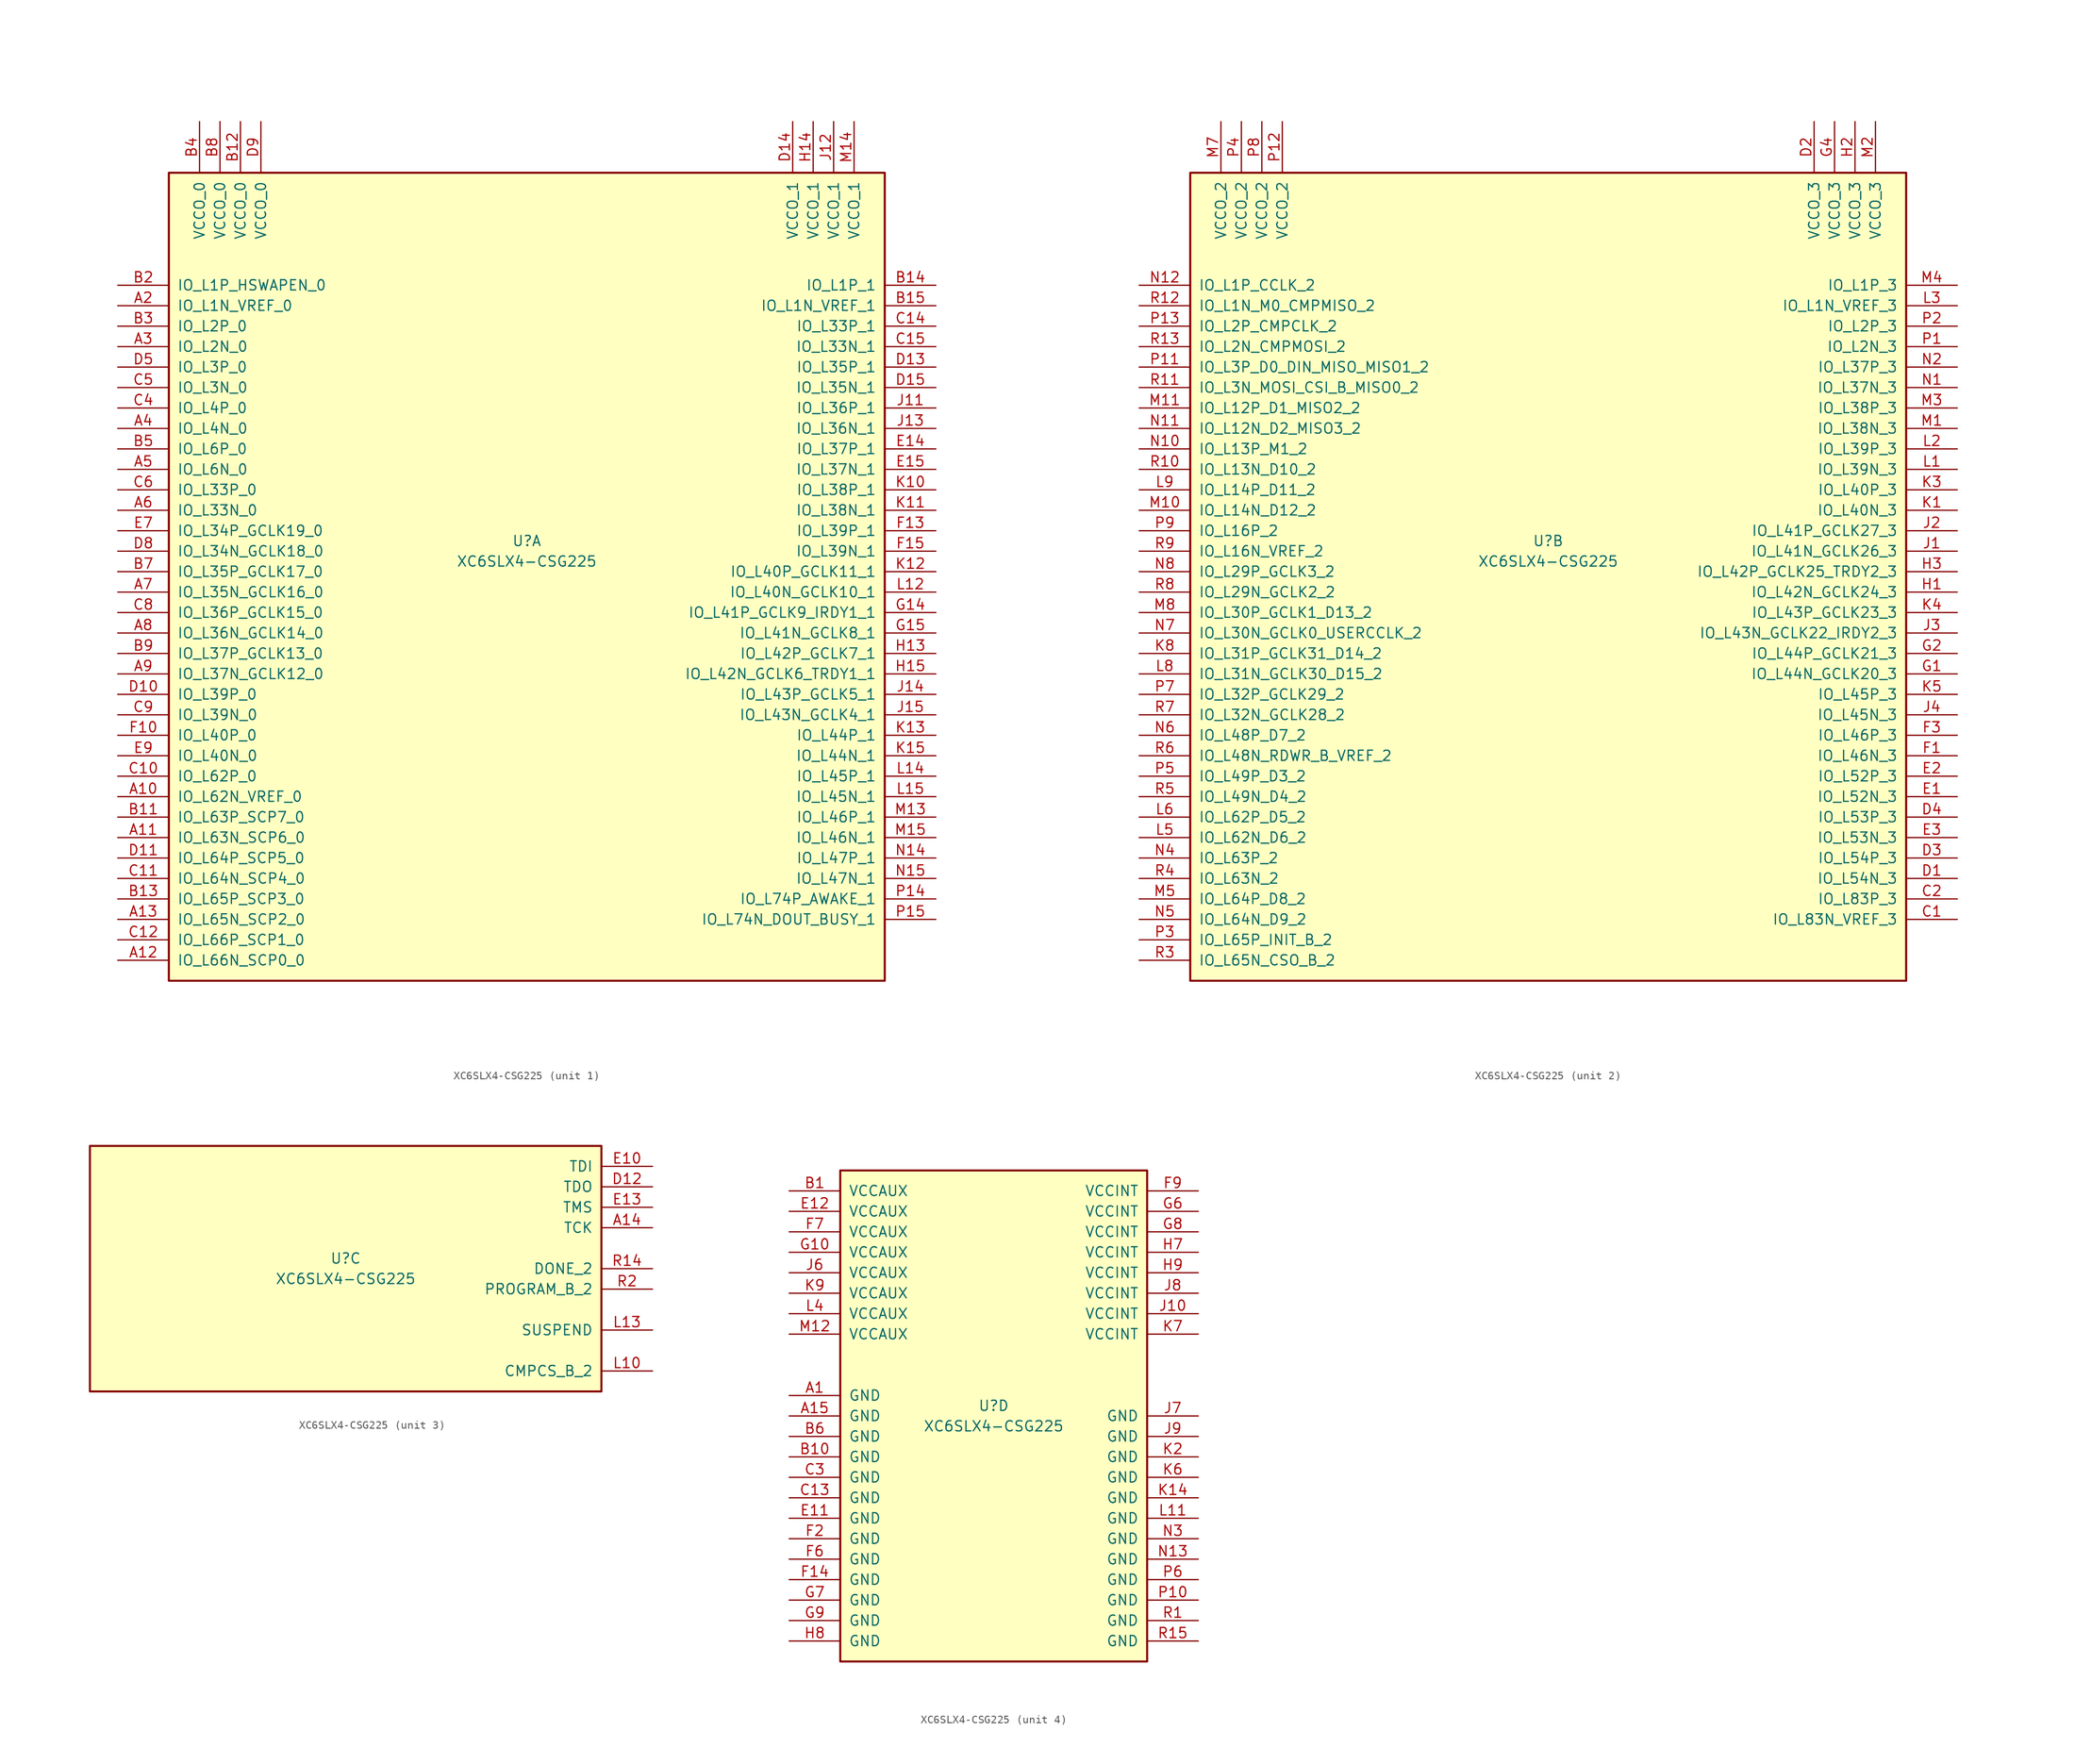
<source format=kicad_sym>
(kicad_symbol_lib
  (version 20201005)
  (generator kicad_symbol_editor)
  (symbol "XC6SLX4-CSG225"
    (pin_names
      (offset 1.016))
    (property "Reference" "U"
      (at 0 1.27 0)
      (effects (font (size 1.27 1.27))))
    (property "Value" "XC6SLX4-CSG225"
      (at 0 -1.27 0)
      (effects (font (size 1.27 1.27))))
    (property "Datasheet" ""
      (at 0 0 0)
      (effects (font (size 1.27 1.27))))
    (property "ki_locked" ""
      (at 0 0 0)
      (effects (font (size 1.27 1.27))))
    (symbol "XC6SLX4-CSG225_1_1"
      (rectangle (start -44.45 46.99) (end 44.45 -53.34) (stroke (width 0.254)) (fill (type background)))
      (pin bidirectional line (at -50.8 -30.48 0) (length 6.35) (name "IO_L62N_VREF_0" (effects (font (size 1.27 1.27)))) (number "A10" (effects (font (size 1.27 1.27)))))
      (pin bidirectional line (at -50.8 -35.56 0) (length 6.35) (name "IO_L63N_SCP6_0" (effects (font (size 1.27 1.27)))) (number "A11" (effects (font (size 1.27 1.27)))))
      (pin bidirectional line (at -50.8 -50.8 0) (length 6.35) (name "IO_L66N_SCP0_0" (effects (font (size 1.27 1.27)))) (number "A12" (effects (font (size 1.27 1.27)))))
      (pin bidirectional line (at -50.8 -45.72 0) (length 6.35) (name "IO_L65N_SCP2_0" (effects (font (size 1.27 1.27)))) (number "A13" (effects (font (size 1.27 1.27)))))
      (pin bidirectional line (at -50.8 30.48 0) (length 6.35) (name "IO_L1N_VREF_0" (effects (font (size 1.27 1.27)))) (number "A2" (effects (font (size 1.27 1.27)))))
      (pin bidirectional line (at -50.8 25.4 0) (length 6.35) (name "IO_L2N_0" (effects (font (size 1.27 1.27)))) (number "A3" (effects (font (size 1.27 1.27)))))
      (pin bidirectional line (at -50.8 15.24 0) (length 6.35) (name "IO_L4N_0" (effects (font (size 1.27 1.27)))) (number "A4" (effects (font (size 1.27 1.27)))))
      (pin bidirectional line (at -50.8 10.16 0) (length 6.35) (name "IO_L6N_0" (effects (font (size 1.27 1.27)))) (number "A5" (effects (font (size 1.27 1.27)))))
      (pin bidirectional line (at -50.8 5.08 0) (length 6.35) (name "IO_L33N_0" (effects (font (size 1.27 1.27)))) (number "A6" (effects (font (size 1.27 1.27)))))
      (pin bidirectional line (at -50.8 -5.08 0) (length 6.35) (name "IO_L35N_GCLK16_0" (effects (font (size 1.27 1.27)))) (number "A7" (effects (font (size 1.27 1.27)))))
      (pin bidirectional line (at -50.8 -10.16 0) (length 6.35) (name "IO_L36N_GCLK14_0" (effects (font (size 1.27 1.27)))) (number "A8" (effects (font (size 1.27 1.27)))))
      (pin bidirectional line (at -50.8 -15.24 0) (length 6.35) (name "IO_L37N_GCLK12_0" (effects (font (size 1.27 1.27)))) (number "A9" (effects (font (size 1.27 1.27)))))
      (pin bidirectional line (at -50.8 -33.02 0) (length 6.35) (name "IO_L63P_SCP7_0" (effects (font (size 1.27 1.27)))) (number "B11" (effects (font (size 1.27 1.27)))))
      (pin power_in line (at -35.56 53.34 270) (length 6.35) (name "VCCO_0" (effects (font (size 1.27 1.27)))) (number "B12" (effects (font (size 1.27 1.27)))))
      (pin bidirectional line (at -50.8 -43.18 0) (length 6.35) (name "IO_L65P_SCP3_0" (effects (font (size 1.27 1.27)))) (number "B13" (effects (font (size 1.27 1.27)))))
      (pin bidirectional line (at 50.8 33.02 180) (length 6.35) (name "IO_L1P_1" (effects (font (size 1.27 1.27)))) (number "B14" (effects (font (size 1.27 1.27)))))
      (pin bidirectional line (at 50.8 30.48 180) (length 6.35) (name "IO_L1N_VREF_1" (effects (font (size 1.27 1.27)))) (number "B15" (effects (font (size 1.27 1.27)))))
      (pin bidirectional line (at -50.8 33.02 0) (length 6.35) (name "IO_L1P_HSWAPEN_0" (effects (font (size 1.27 1.27)))) (number "B2" (effects (font (size 1.27 1.27)))))
      (pin bidirectional line (at -50.8 27.94 0) (length 6.35) (name "IO_L2P_0" (effects (font (size 1.27 1.27)))) (number "B3" (effects (font (size 1.27 1.27)))))
      (pin power_in line (at -40.64 53.34 270) (length 6.35) (name "VCCO_0" (effects (font (size 1.27 1.27)))) (number "B4" (effects (font (size 1.27 1.27)))))
      (pin bidirectional line (at -50.8 12.7 0) (length 6.35) (name "IO_L6P_0" (effects (font (size 1.27 1.27)))) (number "B5" (effects (font (size 1.27 1.27)))))
      (pin bidirectional line (at -50.8 -2.54 0) (length 6.35) (name "IO_L35P_GCLK17_0" (effects (font (size 1.27 1.27)))) (number "B7" (effects (font (size 1.27 1.27)))))
      (pin power_in line (at -38.1 53.34 270) (length 6.35) (name "VCCO_0" (effects (font (size 1.27 1.27)))) (number "B8" (effects (font (size 1.27 1.27)))))
      (pin bidirectional line (at -50.8 -12.7 0) (length 6.35) (name "IO_L37P_GCLK13_0" (effects (font (size 1.27 1.27)))) (number "B9" (effects (font (size 1.27 1.27)))))
      (pin bidirectional line (at -50.8 -27.94 0) (length 6.35) (name "IO_L62P_0" (effects (font (size 1.27 1.27)))) (number "C10" (effects (font (size 1.27 1.27)))))
      (pin bidirectional line (at -50.8 -40.64 0) (length 6.35) (name "IO_L64N_SCP4_0" (effects (font (size 1.27 1.27)))) (number "C11" (effects (font (size 1.27 1.27)))))
      (pin bidirectional line (at -50.8 -48.26 0) (length 6.35) (name "IO_L66P_SCP1_0" (effects (font (size 1.27 1.27)))) (number "C12" (effects (font (size 1.27 1.27)))))
      (pin bidirectional line (at 50.8 27.94 180) (length 6.35) (name "IO_L33P_1" (effects (font (size 1.27 1.27)))) (number "C14" (effects (font (size 1.27 1.27)))))
      (pin bidirectional line (at 50.8 25.4 180) (length 6.35) (name "IO_L33N_1" (effects (font (size 1.27 1.27)))) (number "C15" (effects (font (size 1.27 1.27)))))
      (pin bidirectional line (at -50.8 17.78 0) (length 6.35) (name "IO_L4P_0" (effects (font (size 1.27 1.27)))) (number "C4" (effects (font (size 1.27 1.27)))))
      (pin bidirectional line (at -50.8 20.32 0) (length 6.35) (name "IO_L3N_0" (effects (font (size 1.27 1.27)))) (number "C5" (effects (font (size 1.27 1.27)))))
      (pin bidirectional line (at -50.8 7.62 0) (length 6.35) (name "IO_L33P_0" (effects (font (size 1.27 1.27)))) (number "C6" (effects (font (size 1.27 1.27)))))
      (pin bidirectional line (at -50.8 -7.62 0) (length 6.35) (name "IO_L36P_GCLK15_0" (effects (font (size 1.27 1.27)))) (number "C8" (effects (font (size 1.27 1.27)))))
      (pin bidirectional line (at -50.8 -20.32 0) (length 6.35) (name "IO_L39N_0" (effects (font (size 1.27 1.27)))) (number "C9" (effects (font (size 1.27 1.27)))))
      (pin bidirectional line (at -50.8 -17.78 0) (length 6.35) (name "IO_L39P_0" (effects (font (size 1.27 1.27)))) (number "D10" (effects (font (size 1.27 1.27)))))
      (pin bidirectional line (at -50.8 -38.1 0) (length 6.35) (name "IO_L64P_SCP5_0" (effects (font (size 1.27 1.27)))) (number "D11" (effects (font (size 1.27 1.27)))))
      (pin bidirectional line (at 50.8 22.86 180) (length 6.35) (name "IO_L35P_1" (effects (font (size 1.27 1.27)))) (number "D13" (effects (font (size 1.27 1.27)))))
      (pin power_in line (at 33.02 53.34 270) (length 6.35) (name "VCCO_1" (effects (font (size 1.27 1.27)))) (number "D14" (effects (font (size 1.27 1.27)))))
      (pin bidirectional line (at 50.8 20.32 180) (length 6.35) (name "IO_L35N_1" (effects (font (size 1.27 1.27)))) (number "D15" (effects (font (size 1.27 1.27)))))
      (pin bidirectional line (at -50.8 22.86 0) (length 6.35) (name "IO_L3P_0" (effects (font (size 1.27 1.27)))) (number "D5" (effects (font (size 1.27 1.27)))))
      (pin bidirectional line (at -50.8 0 0) (length 6.35) (name "IO_L34N_GCLK18_0" (effects (font (size 1.27 1.27)))) (number "D8" (effects (font (size 1.27 1.27)))))
      (pin power_in line (at -33.02 53.34 270) (length 6.35) (name "VCCO_0" (effects (font (size 1.27 1.27)))) (number "D9" (effects (font (size 1.27 1.27)))))
      (pin bidirectional line (at 50.8 12.7 180) (length 6.35) (name "IO_L37P_1" (effects (font (size 1.27 1.27)))) (number "E14" (effects (font (size 1.27 1.27)))))
      (pin bidirectional line (at 50.8 10.16 180) (length 6.35) (name "IO_L37N_1" (effects (font (size 1.27 1.27)))) (number "E15" (effects (font (size 1.27 1.27)))))
      (pin bidirectional line (at -50.8 2.54 0) (length 6.35) (name "IO_L34P_GCLK19_0" (effects (font (size 1.27 1.27)))) (number "E7" (effects (font (size 1.27 1.27)))))
      (pin bidirectional line (at -50.8 -25.4 0) (length 6.35) (name "IO_L40N_0" (effects (font (size 1.27 1.27)))) (number "E9" (effects (font (size 1.27 1.27)))))
      (pin bidirectional line (at -50.8 -22.86 0) (length 6.35) (name "IO_L40P_0" (effects (font (size 1.27 1.27)))) (number "F10" (effects (font (size 1.27 1.27)))))
      (pin bidirectional line (at 50.8 2.54 180) (length 6.35) (name "IO_L39P_1" (effects (font (size 1.27 1.27)))) (number "F13" (effects (font (size 1.27 1.27)))))
      (pin bidirectional line (at 50.8 0 180) (length 6.35) (name "IO_L39N_1" (effects (font (size 1.27 1.27)))) (number "F15" (effects (font (size 1.27 1.27)))))
      (pin bidirectional line (at 50.8 -7.62 180) (length 6.35) (name "IO_L41P_GCLK9_IRDY1_1" (effects (font (size 1.27 1.27)))) (number "G14" (effects (font (size 1.27 1.27)))))
      (pin bidirectional line (at 50.8 -10.16 180) (length 6.35) (name "IO_L41N_GCLK8_1" (effects (font (size 1.27 1.27)))) (number "G15" (effects (font (size 1.27 1.27)))))
      (pin bidirectional line (at 50.8 -12.7 180) (length 6.35) (name "IO_L42P_GCLK7_1" (effects (font (size 1.27 1.27)))) (number "H13" (effects (font (size 1.27 1.27)))))
      (pin power_in line (at 35.56 53.34 270) (length 6.35) (name "VCCO_1" (effects (font (size 1.27 1.27)))) (number "H14" (effects (font (size 1.27 1.27)))))
      (pin bidirectional line (at 50.8 -15.24 180) (length 6.35) (name "IO_L42N_GCLK6_TRDY1_1" (effects (font (size 1.27 1.27)))) (number "H15" (effects (font (size 1.27 1.27)))))
      (pin bidirectional line (at 50.8 17.78 180) (length 6.35) (name "IO_L36P_1" (effects (font (size 1.27 1.27)))) (number "J11" (effects (font (size 1.27 1.27)))))
      (pin power_in line (at 38.1 53.34 270) (length 6.35) (name "VCCO_1" (effects (font (size 1.27 1.27)))) (number "J12" (effects (font (size 1.27 1.27)))))
      (pin bidirectional line (at 50.8 15.24 180) (length 6.35) (name "IO_L36N_1" (effects (font (size 1.27 1.27)))) (number "J13" (effects (font (size 1.27 1.27)))))
      (pin bidirectional line (at 50.8 -17.78 180) (length 6.35) (name "IO_L43P_GCLK5_1" (effects (font (size 1.27 1.27)))) (number "J14" (effects (font (size 1.27 1.27)))))
      (pin bidirectional line (at 50.8 -20.32 180) (length 6.35) (name "IO_L43N_GCLK4_1" (effects (font (size 1.27 1.27)))) (number "J15" (effects (font (size 1.27 1.27)))))
      (pin bidirectional line (at 50.8 7.62 180) (length 6.35) (name "IO_L38P_1" (effects (font (size 1.27 1.27)))) (number "K10" (effects (font (size 1.27 1.27)))))
      (pin bidirectional line (at 50.8 5.08 180) (length 6.35) (name "IO_L38N_1" (effects (font (size 1.27 1.27)))) (number "K11" (effects (font (size 1.27 1.27)))))
      (pin bidirectional line (at 50.8 -2.54 180) (length 6.35) (name "IO_L40P_GCLK11_1" (effects (font (size 1.27 1.27)))) (number "K12" (effects (font (size 1.27 1.27)))))
      (pin bidirectional line (at 50.8 -22.86 180) (length 6.35) (name "IO_L44P_1" (effects (font (size 1.27 1.27)))) (number "K13" (effects (font (size 1.27 1.27)))))
      (pin bidirectional line (at 50.8 -25.4 180) (length 6.35) (name "IO_L44N_1" (effects (font (size 1.27 1.27)))) (number "K15" (effects (font (size 1.27 1.27)))))
      (pin bidirectional line (at 50.8 -5.08 180) (length 6.35) (name "IO_L40N_GCLK10_1" (effects (font (size 1.27 1.27)))) (number "L12" (effects (font (size 1.27 1.27)))))
      (pin bidirectional line (at 50.8 -27.94 180) (length 6.35) (name "IO_L45P_1" (effects (font (size 1.27 1.27)))) (number "L14" (effects (font (size 1.27 1.27)))))
      (pin bidirectional line (at 50.8 -30.48 180) (length 6.35) (name "IO_L45N_1" (effects (font (size 1.27 1.27)))) (number "L15" (effects (font (size 1.27 1.27)))))
      (pin bidirectional line (at 50.8 -33.02 180) (length 6.35) (name "IO_L46P_1" (effects (font (size 1.27 1.27)))) (number "M13" (effects (font (size 1.27 1.27)))))
      (pin power_in line (at 40.64 53.34 270) (length 6.35) (name "VCCO_1" (effects (font (size 1.27 1.27)))) (number "M14" (effects (font (size 1.27 1.27)))))
      (pin bidirectional line (at 50.8 -35.56 180) (length 6.35) (name "IO_L46N_1" (effects (font (size 1.27 1.27)))) (number "M15" (effects (font (size 1.27 1.27)))))
      (pin bidirectional line (at 50.8 -38.1 180) (length 6.35) (name "IO_L47P_1" (effects (font (size 1.27 1.27)))) (number "N14" (effects (font (size 1.27 1.27)))))
      (pin bidirectional line (at 50.8 -40.64 180) (length 6.35) (name "IO_L47N_1" (effects (font (size 1.27 1.27)))) (number "N15" (effects (font (size 1.27 1.27)))))
      (pin bidirectional line (at 50.8 -43.18 180) (length 6.35) (name "IO_L74P_AWAKE_1" (effects (font (size 1.27 1.27)))) (number "P14" (effects (font (size 1.27 1.27)))))
      (pin bidirectional line (at 50.8 -45.72 180) (length 6.35) (name "IO_L74N_DOUT_BUSY_1" (effects (font (size 1.27 1.27)))) (number "P15" (effects (font (size 1.27 1.27))))))
    (symbol "XC6SLX4-CSG225_2_1"
      (rectangle (start -44.45 46.99) (end 44.45 -53.34) (stroke (width 0.254)) (fill (type background)))
      (pin bidirectional line (at 50.8 -45.72 180) (length 6.35) (name "IO_L83N_VREF_3" (effects (font (size 1.27 1.27)))) (number "C1" (effects (font (size 1.27 1.27)))))
      (pin bidirectional line (at 50.8 -43.18 180) (length 6.35) (name "IO_L83P_3" (effects (font (size 1.27 1.27)))) (number "C2" (effects (font (size 1.27 1.27)))))
      (pin bidirectional line (at 50.8 -40.64 180) (length 6.35) (name "IO_L54N_3" (effects (font (size 1.27 1.27)))) (number "D1" (effects (font (size 1.27 1.27)))))
      (pin power_in line (at 33.02 53.34 270) (length 6.35) (name "VCCO_3" (effects (font (size 1.27 1.27)))) (number "D2" (effects (font (size 1.27 1.27)))))
      (pin bidirectional line (at 50.8 -38.1 180) (length 6.35) (name "IO_L54P_3" (effects (font (size 1.27 1.27)))) (number "D3" (effects (font (size 1.27 1.27)))))
      (pin bidirectional line (at 50.8 -33.02 180) (length 6.35) (name "IO_L53P_3" (effects (font (size 1.27 1.27)))) (number "D4" (effects (font (size 1.27 1.27)))))
      (pin bidirectional line (at 50.8 -30.48 180) (length 6.35) (name "IO_L52N_3" (effects (font (size 1.27 1.27)))) (number "E1" (effects (font (size 1.27 1.27)))))
      (pin bidirectional line (at 50.8 -27.94 180) (length 6.35) (name "IO_L52P_3" (effects (font (size 1.27 1.27)))) (number "E2" (effects (font (size 1.27 1.27)))))
      (pin bidirectional line (at 50.8 -35.56 180) (length 6.35) (name "IO_L53N_3" (effects (font (size 1.27 1.27)))) (number "E3" (effects (font (size 1.27 1.27)))))
      (pin bidirectional line (at 50.8 -25.4 180) (length 6.35) (name "IO_L46N_3" (effects (font (size 1.27 1.27)))) (number "F1" (effects (font (size 1.27 1.27)))))
      (pin bidirectional line (at 50.8 -22.86 180) (length 6.35) (name "IO_L46P_3" (effects (font (size 1.27 1.27)))) (number "F3" (effects (font (size 1.27 1.27)))))
      (pin bidirectional line (at 50.8 -15.24 180) (length 6.35) (name "IO_L44N_GCLK20_3" (effects (font (size 1.27 1.27)))) (number "G1" (effects (font (size 1.27 1.27)))))
      (pin bidirectional line (at 50.8 -12.7 180) (length 6.35) (name "IO_L44P_GCLK21_3" (effects (font (size 1.27 1.27)))) (number "G2" (effects (font (size 1.27 1.27)))))
      (pin power_in line (at 35.56 53.34 270) (length 6.35) (name "VCCO_3" (effects (font (size 1.27 1.27)))) (number "G4" (effects (font (size 1.27 1.27)))))
      (pin bidirectional line (at 50.8 -5.08 180) (length 6.35) (name "IO_L42N_GCLK24_3" (effects (font (size 1.27 1.27)))) (number "H1" (effects (font (size 1.27 1.27)))))
      (pin power_in line (at 38.1 53.34 270) (length 6.35) (name "VCCO_3" (effects (font (size 1.27 1.27)))) (number "H2" (effects (font (size 1.27 1.27)))))
      (pin bidirectional line (at 50.8 -2.54 180) (length 6.35) (name "IO_L42P_GCLK25_TRDY2_3" (effects (font (size 1.27 1.27)))) (number "H3" (effects (font (size 1.27 1.27)))))
      (pin bidirectional line (at 50.8 0 180) (length 6.35) (name "IO_L41N_GCLK26_3" (effects (font (size 1.27 1.27)))) (number "J1" (effects (font (size 1.27 1.27)))))
      (pin bidirectional line (at 50.8 2.54 180) (length 6.35) (name "IO_L41P_GCLK27_3" (effects (font (size 1.27 1.27)))) (number "J2" (effects (font (size 1.27 1.27)))))
      (pin bidirectional line (at 50.8 -10.16 180) (length 6.35) (name "IO_L43N_GCLK22_IRDY2_3" (effects (font (size 1.27 1.27)))) (number "J3" (effects (font (size 1.27 1.27)))))
      (pin bidirectional line (at 50.8 -20.32 180) (length 6.35) (name "IO_L45N_3" (effects (font (size 1.27 1.27)))) (number "J4" (effects (font (size 1.27 1.27)))))
      (pin bidirectional line (at 50.8 5.08 180) (length 6.35) (name "IO_L40N_3" (effects (font (size 1.27 1.27)))) (number "K1" (effects (font (size 1.27 1.27)))))
      (pin bidirectional line (at 50.8 7.62 180) (length 6.35) (name "IO_L40P_3" (effects (font (size 1.27 1.27)))) (number "K3" (effects (font (size 1.27 1.27)))))
      (pin bidirectional line (at 50.8 -7.62 180) (length 6.35) (name "IO_L43P_GCLK23_3" (effects (font (size 1.27 1.27)))) (number "K4" (effects (font (size 1.27 1.27)))))
      (pin bidirectional line (at 50.8 -17.78 180) (length 6.35) (name "IO_L45P_3" (effects (font (size 1.27 1.27)))) (number "K5" (effects (font (size 1.27 1.27)))))
      (pin bidirectional line (at -50.8 -12.7 0) (length 6.35) (name "IO_L31P_GCLK31_D14_2" (effects (font (size 1.27 1.27)))) (number "K8" (effects (font (size 1.27 1.27)))))
      (pin bidirectional line (at 50.8 10.16 180) (length 6.35) (name "IO_L39N_3" (effects (font (size 1.27 1.27)))) (number "L1" (effects (font (size 1.27 1.27)))))
      (pin bidirectional line (at 50.8 12.7 180) (length 6.35) (name "IO_L39P_3" (effects (font (size 1.27 1.27)))) (number "L2" (effects (font (size 1.27 1.27)))))
      (pin bidirectional line (at 50.8 30.48 180) (length 6.35) (name "IO_L1N_VREF_3" (effects (font (size 1.27 1.27)))) (number "L3" (effects (font (size 1.27 1.27)))))
      (pin bidirectional line (at -50.8 -35.56 0) (length 6.35) (name "IO_L62N_D6_2" (effects (font (size 1.27 1.27)))) (number "L5" (effects (font (size 1.27 1.27)))))
      (pin bidirectional line (at -50.8 -33.02 0) (length 6.35) (name "IO_L62P_D5_2" (effects (font (size 1.27 1.27)))) (number "L6" (effects (font (size 1.27 1.27)))))
      (pin bidirectional line (at -50.8 -15.24 0) (length 6.35) (name "IO_L31N_GCLK30_D15_2" (effects (font (size 1.27 1.27)))) (number "L8" (effects (font (size 1.27 1.27)))))
      (pin bidirectional line (at -50.8 7.62 0) (length 6.35) (name "IO_L14P_D11_2" (effects (font (size 1.27 1.27)))) (number "L9" (effects (font (size 1.27 1.27)))))
      (pin bidirectional line (at 50.8 15.24 180) (length 6.35) (name "IO_L38N_3" (effects (font (size 1.27 1.27)))) (number "M1" (effects (font (size 1.27 1.27)))))
      (pin bidirectional line (at -50.8 5.08 0) (length 6.35) (name "IO_L14N_D12_2" (effects (font (size 1.27 1.27)))) (number "M10" (effects (font (size 1.27 1.27)))))
      (pin bidirectional line (at -50.8 17.78 0) (length 6.35) (name "IO_L12P_D1_MISO2_2" (effects (font (size 1.27 1.27)))) (number "M11" (effects (font (size 1.27 1.27)))))
      (pin power_in line (at 40.64 53.34 270) (length 6.35) (name "VCCO_3" (effects (font (size 1.27 1.27)))) (number "M2" (effects (font (size 1.27 1.27)))))
      (pin bidirectional line (at 50.8 17.78 180) (length 6.35) (name "IO_L38P_3" (effects (font (size 1.27 1.27)))) (number "M3" (effects (font (size 1.27 1.27)))))
      (pin bidirectional line (at 50.8 33.02 180) (length 6.35) (name "IO_L1P_3" (effects (font (size 1.27 1.27)))) (number "M4" (effects (font (size 1.27 1.27)))))
      (pin bidirectional line (at -50.8 -43.18 0) (length 6.35) (name "IO_L64P_D8_2" (effects (font (size 1.27 1.27)))) (number "M5" (effects (font (size 1.27 1.27)))))
      (pin power_in line (at -40.64 53.34 270) (length 6.35) (name "VCCO_2" (effects (font (size 1.27 1.27)))) (number "M7" (effects (font (size 1.27 1.27)))))
      (pin bidirectional line (at -50.8 -7.62 0) (length 6.35) (name "IO_L30P_GCLK1_D13_2" (effects (font (size 1.27 1.27)))) (number "M8" (effects (font (size 1.27 1.27)))))
      (pin bidirectional line (at 50.8 20.32 180) (length 6.35) (name "IO_L37N_3" (effects (font (size 1.27 1.27)))) (number "N1" (effects (font (size 1.27 1.27)))))
      (pin bidirectional line (at -50.8 12.7 0) (length 6.35) (name "IO_L13P_M1_2" (effects (font (size 1.27 1.27)))) (number "N10" (effects (font (size 1.27 1.27)))))
      (pin bidirectional line (at -50.8 15.24 0) (length 6.35) (name "IO_L12N_D2_MISO3_2" (effects (font (size 1.27 1.27)))) (number "N11" (effects (font (size 1.27 1.27)))))
      (pin bidirectional line (at -50.8 33.02 0) (length 6.35) (name "IO_L1P_CCLK_2" (effects (font (size 1.27 1.27)))) (number "N12" (effects (font (size 1.27 1.27)))))
      (pin bidirectional line (at 50.8 22.86 180) (length 6.35) (name "IO_L37P_3" (effects (font (size 1.27 1.27)))) (number "N2" (effects (font (size 1.27 1.27)))))
      (pin bidirectional line (at -50.8 -38.1 0) (length 6.35) (name "IO_L63P_2" (effects (font (size 1.27 1.27)))) (number "N4" (effects (font (size 1.27 1.27)))))
      (pin bidirectional line (at -50.8 -45.72 0) (length 6.35) (name "IO_L64N_D9_2" (effects (font (size 1.27 1.27)))) (number "N5" (effects (font (size 1.27 1.27)))))
      (pin bidirectional line (at -50.8 -22.86 0) (length 6.35) (name "IO_L48P_D7_2" (effects (font (size 1.27 1.27)))) (number "N6" (effects (font (size 1.27 1.27)))))
      (pin bidirectional line (at -50.8 -10.16 0) (length 6.35) (name "IO_L30N_GCLK0_USERCCLK_2" (effects (font (size 1.27 1.27)))) (number "N7" (effects (font (size 1.27 1.27)))))
      (pin bidirectional line (at -50.8 -2.54 0) (length 6.35) (name "IO_L29P_GCLK3_2" (effects (font (size 1.27 1.27)))) (number "N8" (effects (font (size 1.27 1.27)))))
      (pin bidirectional line (at 50.8 25.4 180) (length 6.35) (name "IO_L2N_3" (effects (font (size 1.27 1.27)))) (number "P1" (effects (font (size 1.27 1.27)))))
      (pin bidirectional line (at -50.8 22.86 0) (length 6.35) (name "IO_L3P_D0_DIN_MISO_MISO1_2" (effects (font (size 1.27 1.27)))) (number "P11" (effects (font (size 1.27 1.27)))))
      (pin power_in line (at -33.02 53.34 270) (length 6.35) (name "VCCO_2" (effects (font (size 1.27 1.27)))) (number "P12" (effects (font (size 1.27 1.27)))))
      (pin bidirectional line (at -50.8 27.94 0) (length 6.35) (name "IO_L2P_CMPCLK_2" (effects (font (size 1.27 1.27)))) (number "P13" (effects (font (size 1.27 1.27)))))
      (pin bidirectional line (at 50.8 27.94 180) (length 6.35) (name "IO_L2P_3" (effects (font (size 1.27 1.27)))) (number "P2" (effects (font (size 1.27 1.27)))))
      (pin bidirectional line (at -50.8 -48.26 0) (length 6.35) (name "IO_L65P_INIT_B_2" (effects (font (size 1.27 1.27)))) (number "P3" (effects (font (size 1.27 1.27)))))
      (pin power_in line (at -38.1 53.34 270) (length 6.35) (name "VCCO_2" (effects (font (size 1.27 1.27)))) (number "P4" (effects (font (size 1.27 1.27)))))
      (pin bidirectional line (at -50.8 -27.94 0) (length 6.35) (name "IO_L49P_D3_2" (effects (font (size 1.27 1.27)))) (number "P5" (effects (font (size 1.27 1.27)))))
      (pin bidirectional line (at -50.8 -17.78 0) (length 6.35) (name "IO_L32P_GCLK29_2" (effects (font (size 1.27 1.27)))) (number "P7" (effects (font (size 1.27 1.27)))))
      (pin power_in line (at -35.56 53.34 270) (length 6.35) (name "VCCO_2" (effects (font (size 1.27 1.27)))) (number "P8" (effects (font (size 1.27 1.27)))))
      (pin bidirectional line (at -50.8 2.54 0) (length 6.35) (name "IO_L16P_2" (effects (font (size 1.27 1.27)))) (number "P9" (effects (font (size 1.27 1.27)))))
      (pin bidirectional line (at -50.8 10.16 0) (length 6.35) (name "IO_L13N_D10_2" (effects (font (size 1.27 1.27)))) (number "R10" (effects (font (size 1.27 1.27)))))
      (pin bidirectional line (at -50.8 20.32 0) (length 6.35) (name "IO_L3N_MOSI_CSI_B_MISO0_2" (effects (font (size 1.27 1.27)))) (number "R11" (effects (font (size 1.27 1.27)))))
      (pin bidirectional line (at -50.8 30.48 0) (length 6.35) (name "IO_L1N_M0_CMPMISO_2" (effects (font (size 1.27 1.27)))) (number "R12" (effects (font (size 1.27 1.27)))))
      (pin bidirectional line (at -50.8 25.4 0) (length 6.35) (name "IO_L2N_CMPMOSI_2" (effects (font (size 1.27 1.27)))) (number "R13" (effects (font (size 1.27 1.27)))))
      (pin bidirectional line (at -50.8 -50.8 0) (length 6.35) (name "IO_L65N_CSO_B_2" (effects (font (size 1.27 1.27)))) (number "R3" (effects (font (size 1.27 1.27)))))
      (pin bidirectional line (at -50.8 -40.64 0) (length 6.35) (name "IO_L63N_2" (effects (font (size 1.27 1.27)))) (number "R4" (effects (font (size 1.27 1.27)))))
      (pin bidirectional line (at -50.8 -30.48 0) (length 6.35) (name "IO_L49N_D4_2" (effects (font (size 1.27 1.27)))) (number "R5" (effects (font (size 1.27 1.27)))))
      (pin bidirectional line (at -50.8 -25.4 0) (length 6.35) (name "IO_L48N_RDWR_B_VREF_2" (effects (font (size 1.27 1.27)))) (number "R6" (effects (font (size 1.27 1.27)))))
      (pin bidirectional line (at -50.8 -20.32 0) (length 6.35) (name "IO_L32N_GCLK28_2" (effects (font (size 1.27 1.27)))) (number "R7" (effects (font (size 1.27 1.27)))))
      (pin bidirectional line (at -50.8 -5.08 0) (length 6.35) (name "IO_L29N_GCLK2_2" (effects (font (size 1.27 1.27)))) (number "R8" (effects (font (size 1.27 1.27)))))
      (pin bidirectional line (at -50.8 0 0) (length 6.35) (name "IO_L16N_VREF_2" (effects (font (size 1.27 1.27)))) (number "R9" (effects (font (size 1.27 1.27))))))
    (symbol "XC6SLX4-CSG225_3_1"
      (rectangle (start -31.75 15.24) (end 31.75 -15.24) (stroke (width 0.254)) (fill (type background)))
      (pin bidirectional line (at 38.1 5.08 180) (length 6.35) (name "TCK" (effects (font (size 1.27 1.27)))) (number "A14" (effects (font (size 1.27 1.27)))))
      (pin bidirectional line (at 38.1 10.16 180) (length 6.35) (name "TDO" (effects (font (size 1.27 1.27)))) (number "D12" (effects (font (size 1.27 1.27)))))
      (pin bidirectional line (at 38.1 12.7 180) (length 6.35) (name "TDI" (effects (font (size 1.27 1.27)))) (number "E10" (effects (font (size 1.27 1.27)))))
      (pin bidirectional line (at 38.1 7.62 180) (length 6.35) (name "TMS" (effects (font (size 1.27 1.27)))) (number "E13" (effects (font (size 1.27 1.27)))))
      (pin bidirectional line (at 38.1 -12.7 180) (length 6.35) (name "CMPCS_B_2" (effects (font (size 1.27 1.27)))) (number "L10" (effects (font (size 1.27 1.27)))))
      (pin bidirectional line (at 38.1 -7.62 180) (length 6.35) (name "SUSPEND" (effects (font (size 1.27 1.27)))) (number "L13" (effects (font (size 1.27 1.27)))))
      (pin bidirectional line (at 38.1 0 180) (length 6.35) (name "DONE_2" (effects (font (size 1.27 1.27)))) (number "R14" (effects (font (size 1.27 1.27)))))
      (pin bidirectional line (at 38.1 -2.54 180) (length 6.35) (name "PROGRAM_B_2" (effects (font (size 1.27 1.27)))) (number "R2" (effects (font (size 1.27 1.27))))))
    (symbol "XC6SLX4-CSG225_4_1"
      (rectangle (start -19.05 30.48) (end 19.05 -30.48) (stroke (width 0.254)) (fill (type background)))
      (pin power_in line (at -25.4 2.54 0) (length 6.35) (name "GND" (effects (font (size 1.27 1.27)))) (number "A1" (effects (font (size 1.27 1.27)))))
      (pin power_in line (at -25.4 0 0) (length 6.35) (name "GND" (effects (font (size 1.27 1.27)))) (number "A15" (effects (font (size 1.27 1.27)))))
      (pin power_in line (at -25.4 27.94 0) (length 6.35) (name "VCCAUX" (effects (font (size 1.27 1.27)))) (number "B1" (effects (font (size 1.27 1.27)))))
      (pin power_in line (at -25.4 -5.08 0) (length 6.35) (name "GND" (effects (font (size 1.27 1.27)))) (number "B10" (effects (font (size 1.27 1.27)))))
      (pin power_in line (at -25.4 -2.54 0) (length 6.35) (name "GND" (effects (font (size 1.27 1.27)))) (number "B6" (effects (font (size 1.27 1.27)))))
      (pin power_in line (at -25.4 -10.16 0) (length 6.35) (name "GND" (effects (font (size 1.27 1.27)))) (number "C13" (effects (font (size 1.27 1.27)))))
      (pin power_in line (at -25.4 -7.62 0) (length 6.35) (name "GND" (effects (font (size 1.27 1.27)))) (number "C3" (effects (font (size 1.27 1.27)))))
      (pin power_in line (at -25.4 -12.7 0) (length 6.35) (name "GND" (effects (font (size 1.27 1.27)))) (number "E11" (effects (font (size 1.27 1.27)))))
      (pin power_in line (at -25.4 25.4 0) (length 6.35) (name "VCCAUX" (effects (font (size 1.27 1.27)))) (number "E12" (effects (font (size 1.27 1.27)))))
      (pin power_in line (at -25.4 -20.32 0) (length 6.35) (name "GND" (effects (font (size 1.27 1.27)))) (number "F14" (effects (font (size 1.27 1.27)))))
      (pin power_in line (at -25.4 -15.24 0) (length 6.35) (name "GND" (effects (font (size 1.27 1.27)))) (number "F2" (effects (font (size 1.27 1.27)))))
      (pin power_in line (at -25.4 -17.78 0) (length 6.35) (name "GND" (effects (font (size 1.27 1.27)))) (number "F6" (effects (font (size 1.27 1.27)))))
      (pin power_in line (at -25.4 22.86 0) (length 6.35) (name "VCCAUX" (effects (font (size 1.27 1.27)))) (number "F7" (effects (font (size 1.27 1.27)))))
      (pin power_in line (at 25.4 27.94 180) (length 6.35) (name "VCCINT" (effects (font (size 1.27 1.27)))) (number "F9" (effects (font (size 1.27 1.27)))))
      (pin power_in line (at -25.4 20.32 0) (length 6.35) (name "VCCAUX" (effects (font (size 1.27 1.27)))) (number "G10" (effects (font (size 1.27 1.27)))))
      (pin power_in line (at 25.4 25.4 180) (length 6.35) (name "VCCINT" (effects (font (size 1.27 1.27)))) (number "G6" (effects (font (size 1.27 1.27)))))
      (pin power_in line (at -25.4 -22.86 0) (length 6.35) (name "GND" (effects (font (size 1.27 1.27)))) (number "G7" (effects (font (size 1.27 1.27)))))
      (pin power_in line (at 25.4 22.86 180) (length 6.35) (name "VCCINT" (effects (font (size 1.27 1.27)))) (number "G8" (effects (font (size 1.27 1.27)))))
      (pin power_in line (at -25.4 -25.4 0) (length 6.35) (name "GND" (effects (font (size 1.27 1.27)))) (number "G9" (effects (font (size 1.27 1.27)))))
      (pin power_in line (at 25.4 20.32 180) (length 6.35) (name "VCCINT" (effects (font (size 1.27 1.27)))) (number "H7" (effects (font (size 1.27 1.27)))))
      (pin power_in line (at -25.4 -27.94 0) (length 6.35) (name "GND" (effects (font (size 1.27 1.27)))) (number "H8" (effects (font (size 1.27 1.27)))))
      (pin power_in line (at 25.4 17.78 180) (length 6.35) (name "VCCINT" (effects (font (size 1.27 1.27)))) (number "H9" (effects (font (size 1.27 1.27)))))
      (pin power_in line (at 25.4 12.7 180) (length 6.35) (name "VCCINT" (effects (font (size 1.27 1.27)))) (number "J10" (effects (font (size 1.27 1.27)))))
      (pin power_in line (at -25.4 17.78 0) (length 6.35) (name "VCCAUX" (effects (font (size 1.27 1.27)))) (number "J6" (effects (font (size 1.27 1.27)))))
      (pin power_in line (at 25.4 0 180) (length 6.35) (name "GND" (effects (font (size 1.27 1.27)))) (number "J7" (effects (font (size 1.27 1.27)))))
      (pin power_in line (at 25.4 15.24 180) (length 6.35) (name "VCCINT" (effects (font (size 1.27 1.27)))) (number "J8" (effects (font (size 1.27 1.27)))))
      (pin power_in line (at 25.4 -2.54 180) (length 6.35) (name "GND" (effects (font (size 1.27 1.27)))) (number "J9" (effects (font (size 1.27 1.27)))))
      (pin power_in line (at 25.4 -10.16 180) (length 6.35) (name "GND" (effects (font (size 1.27 1.27)))) (number "K14" (effects (font (size 1.27 1.27)))))
      (pin power_in line (at 25.4 -5.08 180) (length 6.35) (name "GND" (effects (font (size 1.27 1.27)))) (number "K2" (effects (font (size 1.27 1.27)))))
      (pin power_in line (at 25.4 -7.62 180) (length 6.35) (name "GND" (effects (font (size 1.27 1.27)))) (number "K6" (effects (font (size 1.27 1.27)))))
      (pin power_in line (at 25.4 10.16 180) (length 6.35) (name "VCCINT" (effects (font (size 1.27 1.27)))) (number "K7" (effects (font (size 1.27 1.27)))))
      (pin power_in line (at -25.4 15.24 0) (length 6.35) (name "VCCAUX" (effects (font (size 1.27 1.27)))) (number "K9" (effects (font (size 1.27 1.27)))))
      (pin power_in line (at 25.4 -12.7 180) (length 6.35) (name "GND" (effects (font (size 1.27 1.27)))) (number "L11" (effects (font (size 1.27 1.27)))))
      (pin power_in line (at -25.4 12.7 0) (length 6.35) (name "VCCAUX" (effects (font (size 1.27 1.27)))) (number "L4" (effects (font (size 1.27 1.27)))))
      (pin power_in line (at -25.4 10.16 0) (length 6.35) (name "VCCAUX" (effects (font (size 1.27 1.27)))) (number "M12" (effects (font (size 1.27 1.27)))))
      (pin power_in line (at 25.4 -17.78 180) (length 6.35) (name "GND" (effects (font (size 1.27 1.27)))) (number "N13" (effects (font (size 1.27 1.27)))))
      (pin power_in line (at 25.4 -15.24 180) (length 6.35) (name "GND" (effects (font (size 1.27 1.27)))) (number "N3" (effects (font (size 1.27 1.27)))))
      (pin power_in line (at 25.4 -22.86 180) (length 6.35) (name "GND" (effects (font (size 1.27 1.27)))) (number "P10" (effects (font (size 1.27 1.27)))))
      (pin power_in line (at 25.4 -20.32 180) (length 6.35) (name "GND" (effects (font (size 1.27 1.27)))) (number "P6" (effects (font (size 1.27 1.27)))))
      (pin power_in line (at 25.4 -25.4 180) (length 6.35) (name "GND" (effects (font (size 1.27 1.27)))) (number "R1" (effects (font (size 1.27 1.27)))))
      (pin power_in line (at 25.4 -27.94 180) (length 6.35) (name "GND" (effects (font (size 1.27 1.27)))) (number "R15" (effects (font (size 1.27 1.27))))))))
</source>
